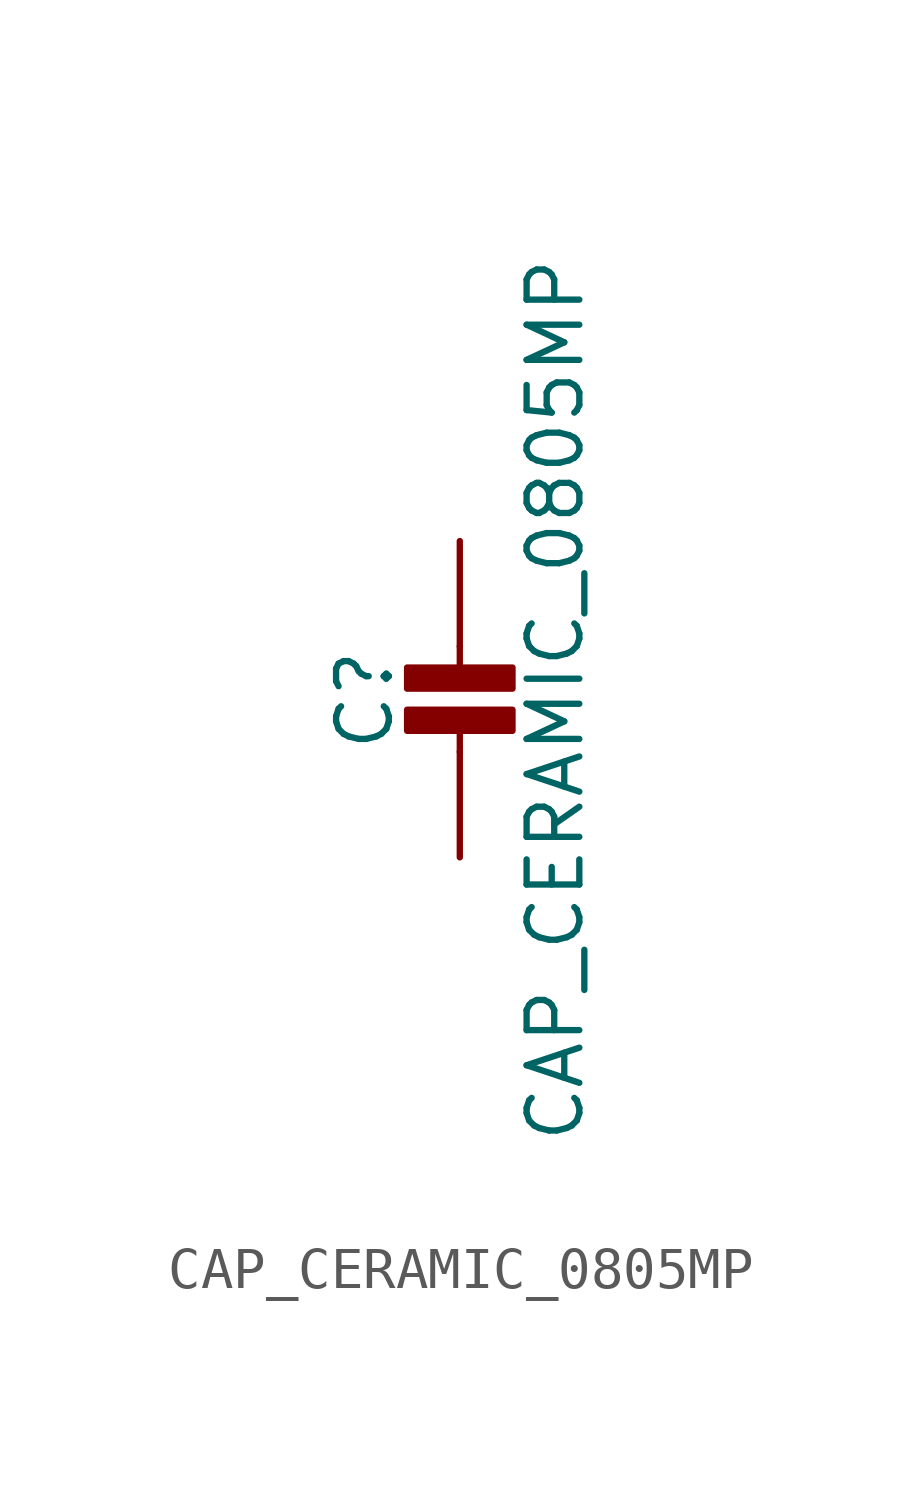
<source format=kicad_sym>
(kicad_symbol_lib
  (version 20211014)
  (generator kicad_symbol_editor)
  (symbol "CAP_CERAMIC_0805MP"
    (property "Reference" "C"
      (at -2.29 1.25 90)
      (effects (font (size 1.27 1.27))))
    (property "Value" "CAP_CERAMIC_0805MP"
      (at 2.3 1.25 90)
      (effects (font (size 1.27 1.27))))
    (property "ki_locked" ""
      (at 0 0 0)
      (effects (font (size 1.27 1.27))))
    (symbol "CAP_CERAMIC_0805MP_1_0"
      (rectangle (start -1.27 0.508) (end 1.27 1.016) (stroke (width 0) (type default) (color 0 0 0 0)) (fill (type outline)))
      (rectangle (start -1.27 1.524) (end 1.27 2.032) (stroke (width 0) (type default) (color 0 0 0 0)) (fill (type outline)))
      (polyline (pts (xy 0 0.762) (xy 0 0)) (stroke (width 0.152) (type default) (color 0 0 0 0)) (fill (type none)))
      (polyline (pts (xy 0 2.54) (xy 0 1.778)) (stroke (width 0.152) (type default) (color 0 0 0 0)) (fill (type none)))
      (pin passive line (at 0 5.08 270) (length 2.54) (name "1" (effects (font (size 0 0)))) (number "1" (effects (font (size 0 0)))))
      (pin passive line (at 0 -2.54 90) (length 2.54) (name "2" (effects (font (size 0 0)))) (number "2" (effects (font (size 0 0))))))))
</source>
